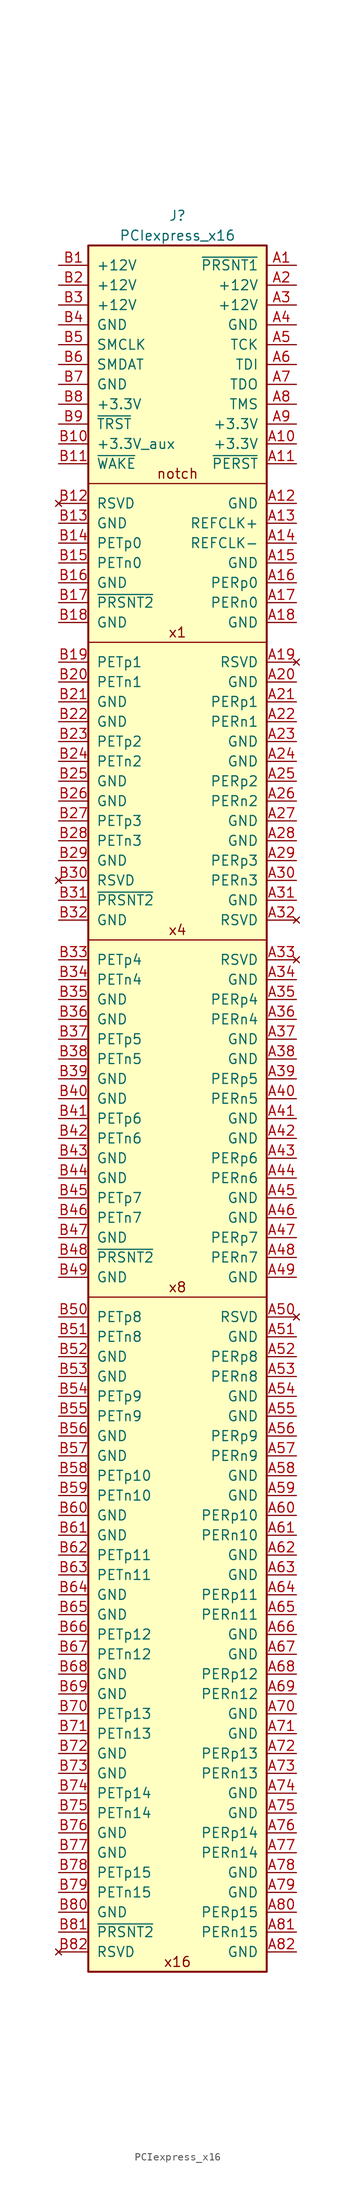
<source format=kicad_sym>
(kicad_symbol_lib
  (version 20211014)
  (generator kicad_symbol_editor)
  (symbol "PCIexpress_x16"
    (pin_names
      (offset 1.016))
    (property "Reference" "J"
      (at 0 3.81 0)
      (effects (font (size 1.27 1.27))))
    (property "Value" "PCIexpress_x16"
      (at 0 1.27 0)
      (effects (font (size 1.27 1.27))))
    (symbol "PCIexpress_x16_0_0"
      (polyline (pts (xy 11.43 -134.62) (xy -11.43 -134.62)) (stroke (width 0) (type default) (color 0 0 0 0)) (fill (type none)))
      (polyline (pts (xy 11.43 -88.9) (xy -11.43 -88.9)) (stroke (width 0) (type default) (color 0 0 0 0)) (fill (type none)))
      (text "x16" (at 0 -219.71 0) (effects (font (size 1.27 1.27))))
      (text "x4" (at 0 -87.63 0) (effects (font (size 1.27 1.27))))
      (text "x8" (at 0 -133.35 0) (effects (font (size 1.27 1.27)))))
    (symbol "PCIexpress_x16_1_1"
      (polyline (pts (xy 11.43 -50.8) (xy -11.43 -50.8)) (stroke (width 0) (type default) (color 0 0 0 0)) (fill (type none)))
      (polyline (pts (xy 11.43 -30.48) (xy -11.43 -30.48)) (stroke (width 0) (type default) (color 0 0 0 0)) (fill (type none)))
      (rectangle (start 11.43 0) (end -11.43 -220.98) (stroke (width 0.254) (type default) (color 0 0 0 0)) (fill (type background)))
      (text "notch" (at 0 -29.21 0) (effects (font (size 1.27 1.27))))
      (text "x1" (at 0 -49.53 0) (effects (font (size 1.27 1.27))))
      (pin passive line (at 15.24 -2.54 180) (length 3.81) (name "~{PRSNT1}" (effects (font (size 1.27 1.27)))) (number "A1" (effects (font (size 1.27 1.27)))))
      (pin power_out line (at 15.24 -25.4 180) (length 3.81) (name "+3.3V" (effects (font (size 1.27 1.27)))) (number "A10" (effects (font (size 1.27 1.27)))))
      (pin output line (at 15.24 -27.94 180) (length 3.81) (name "~{PERST}" (effects (font (size 1.27 1.27)))) (number "A11" (effects (font (size 1.27 1.27)))))
      (pin power_out line (at 15.24 -33.02 180) (length 3.81) (name "GND" (effects (font (size 1.27 1.27)))) (number "A12" (effects (font (size 1.27 1.27)))))
      (pin output line (at 15.24 -35.56 180) (length 3.81) (name "REFCLK+" (effects (font (size 1.27 1.27)))) (number "A13" (effects (font (size 1.27 1.27)))))
      (pin output line (at 15.24 -38.1 180) (length 3.81) (name "REFCLK-" (effects (font (size 1.27 1.27)))) (number "A14" (effects (font (size 1.27 1.27)))))
      (pin power_out line (at 15.24 -40.64 180) (length 3.81) (name "GND" (effects (font (size 1.27 1.27)))) (number "A15" (effects (font (size 1.27 1.27)))))
      (pin input line (at 15.24 -43.18 180) (length 3.81) (name "PERp0" (effects (font (size 1.27 1.27)))) (number "A16" (effects (font (size 1.27 1.27)))))
      (pin input line (at 15.24 -45.72 180) (length 3.81) (name "PERn0" (effects (font (size 1.27 1.27)))) (number "A17" (effects (font (size 1.27 1.27)))))
      (pin power_out line (at 15.24 -48.26 180) (length 3.81) (name "GND" (effects (font (size 1.27 1.27)))) (number "A18" (effects (font (size 1.27 1.27)))))
      (pin no_connect line (at 15.24 -53.34 180) (length 3.81) (name "RSVD" (effects (font (size 1.27 1.27)))) (number "A19" (effects (font (size 1.27 1.27)))))
      (pin power_out line (at 15.24 -5.08 180) (length 3.81) (name "+12V" (effects (font (size 1.27 1.27)))) (number "A2" (effects (font (size 1.27 1.27)))))
      (pin power_out line (at 15.24 -55.88 180) (length 3.81) (name "GND" (effects (font (size 1.27 1.27)))) (number "A20" (effects (font (size 1.27 1.27)))))
      (pin input line (at 15.24 -58.42 180) (length 3.81) (name "PERp1" (effects (font (size 1.27 1.27)))) (number "A21" (effects (font (size 1.27 1.27)))))
      (pin input line (at 15.24 -60.96 180) (length 3.81) (name "PERn1" (effects (font (size 1.27 1.27)))) (number "A22" (effects (font (size 1.27 1.27)))))
      (pin power_out line (at 15.24 -63.5 180) (length 3.81) (name "GND" (effects (font (size 1.27 1.27)))) (number "A23" (effects (font (size 1.27 1.27)))))
      (pin power_out line (at 15.24 -66.04 180) (length 3.81) (name "GND" (effects (font (size 1.27 1.27)))) (number "A24" (effects (font (size 1.27 1.27)))))
      (pin input line (at 15.24 -68.58 180) (length 3.81) (name "PERp2" (effects (font (size 1.27 1.27)))) (number "A25" (effects (font (size 1.27 1.27)))))
      (pin input line (at 15.24 -71.12 180) (length 3.81) (name "PERn2" (effects (font (size 1.27 1.27)))) (number "A26" (effects (font (size 1.27 1.27)))))
      (pin power_out line (at 15.24 -73.66 180) (length 3.81) (name "GND" (effects (font (size 1.27 1.27)))) (number "A27" (effects (font (size 1.27 1.27)))))
      (pin power_out line (at 15.24 -76.2 180) (length 3.81) (name "GND" (effects (font (size 1.27 1.27)))) (number "A28" (effects (font (size 1.27 1.27)))))
      (pin input line (at 15.24 -78.74 180) (length 3.81) (name "PERp3" (effects (font (size 1.27 1.27)))) (number "A29" (effects (font (size 1.27 1.27)))))
      (pin power_out line (at 15.24 -7.62 180) (length 3.81) (name "+12V" (effects (font (size 1.27 1.27)))) (number "A3" (effects (font (size 1.27 1.27)))))
      (pin input line (at 15.24 -81.28 180) (length 3.81) (name "PERn3" (effects (font (size 1.27 1.27)))) (number "A30" (effects (font (size 1.27 1.27)))))
      (pin power_out line (at 15.24 -83.82 180) (length 3.81) (name "GND" (effects (font (size 1.27 1.27)))) (number "A31" (effects (font (size 1.27 1.27)))))
      (pin no_connect line (at 15.24 -86.36 180) (length 3.81) (name "RSVD" (effects (font (size 1.27 1.27)))) (number "A32" (effects (font (size 1.27 1.27)))))
      (pin no_connect line (at 15.24 -91.44 180) (length 3.81) (name "RSVD" (effects (font (size 1.27 1.27)))) (number "A33" (effects (font (size 1.27 1.27)))))
      (pin power_out line (at 15.24 -93.98 180) (length 3.81) (name "GND" (effects (font (size 1.27 1.27)))) (number "A34" (effects (font (size 1.27 1.27)))))
      (pin input line (at 15.24 -96.52 180) (length 3.81) (name "PERp4" (effects (font (size 1.27 1.27)))) (number "A35" (effects (font (size 1.27 1.27)))))
      (pin input line (at 15.24 -99.06 180) (length 3.81) (name "PERn4" (effects (font (size 1.27 1.27)))) (number "A36" (effects (font (size 1.27 1.27)))))
      (pin power_out line (at 15.24 -101.6 180) (length 3.81) (name "GND" (effects (font (size 1.27 1.27)))) (number "A37" (effects (font (size 1.27 1.27)))))
      (pin power_out line (at 15.24 -104.14 180) (length 3.81) (name "GND" (effects (font (size 1.27 1.27)))) (number "A38" (effects (font (size 1.27 1.27)))))
      (pin input line (at 15.24 -106.68 180) (length 3.81) (name "PERp5" (effects (font (size 1.27 1.27)))) (number "A39" (effects (font (size 1.27 1.27)))))
      (pin power_out line (at 15.24 -10.16 180) (length 3.81) (name "GND" (effects (font (size 1.27 1.27)))) (number "A4" (effects (font (size 1.27 1.27)))))
      (pin input line (at 15.24 -109.22 180) (length 3.81) (name "PERn5" (effects (font (size 1.27 1.27)))) (number "A40" (effects (font (size 1.27 1.27)))))
      (pin power_out line (at 15.24 -111.76 180) (length 3.81) (name "GND" (effects (font (size 1.27 1.27)))) (number "A41" (effects (font (size 1.27 1.27)))))
      (pin power_out line (at 15.24 -114.3 180) (length 3.81) (name "GND" (effects (font (size 1.27 1.27)))) (number "A42" (effects (font (size 1.27 1.27)))))
      (pin input line (at 15.24 -116.84 180) (length 3.81) (name "PERp6" (effects (font (size 1.27 1.27)))) (number "A43" (effects (font (size 1.27 1.27)))))
      (pin input line (at 15.24 -119.38 180) (length 3.81) (name "PERn6" (effects (font (size 1.27 1.27)))) (number "A44" (effects (font (size 1.27 1.27)))))
      (pin power_out line (at 15.24 -121.92 180) (length 3.81) (name "GND" (effects (font (size 1.27 1.27)))) (number "A45" (effects (font (size 1.27 1.27)))))
      (pin power_out line (at 15.24 -124.46 180) (length 3.81) (name "GND" (effects (font (size 1.27 1.27)))) (number "A46" (effects (font (size 1.27 1.27)))))
      (pin input line (at 15.24 -127 180) (length 3.81) (name "PERp7" (effects (font (size 1.27 1.27)))) (number "A47" (effects (font (size 1.27 1.27)))))
      (pin input line (at 15.24 -129.54 180) (length 3.81) (name "PERn7" (effects (font (size 1.27 1.27)))) (number "A48" (effects (font (size 1.27 1.27)))))
      (pin power_out line (at 15.24 -132.08 180) (length 3.81) (name "GND" (effects (font (size 1.27 1.27)))) (number "A49" (effects (font (size 1.27 1.27)))))
      (pin output line (at 15.24 -12.7 180) (length 3.81) (name "TCK" (effects (font (size 1.27 1.27)))) (number "A5" (effects (font (size 1.27 1.27)))))
      (pin no_connect line (at 15.24 -137.16 180) (length 3.81) (name "RSVD" (effects (font (size 1.27 1.27)))) (number "A50" (effects (font (size 1.27 1.27)))))
      (pin power_out line (at 15.24 -139.7 180) (length 3.81) (name "GND" (effects (font (size 1.27 1.27)))) (number "A51" (effects (font (size 1.27 1.27)))))
      (pin input line (at 15.24 -142.24 180) (length 3.81) (name "PERp8" (effects (font (size 1.27 1.27)))) (number "A52" (effects (font (size 1.27 1.27)))))
      (pin input line (at 15.24 -144.78 180) (length 3.81) (name "PERn8" (effects (font (size 1.27 1.27)))) (number "A53" (effects (font (size 1.27 1.27)))))
      (pin power_out line (at 15.24 -147.32 180) (length 3.81) (name "GND" (effects (font (size 1.27 1.27)))) (number "A54" (effects (font (size 1.27 1.27)))))
      (pin power_out line (at 15.24 -149.86 180) (length 3.81) (name "GND" (effects (font (size 1.27 1.27)))) (number "A55" (effects (font (size 1.27 1.27)))))
      (pin input line (at 15.24 -152.4 180) (length 3.81) (name "PERp9" (effects (font (size 1.27 1.27)))) (number "A56" (effects (font (size 1.27 1.27)))))
      (pin input line (at 15.24 -154.94 180) (length 3.81) (name "PERn9" (effects (font (size 1.27 1.27)))) (number "A57" (effects (font (size 1.27 1.27)))))
      (pin power_out line (at 15.24 -157.48 180) (length 3.81) (name "GND" (effects (font (size 1.27 1.27)))) (number "A58" (effects (font (size 1.27 1.27)))))
      (pin power_out line (at 15.24 -160.02 180) (length 3.81) (name "GND" (effects (font (size 1.27 1.27)))) (number "A59" (effects (font (size 1.27 1.27)))))
      (pin output line (at 15.24 -15.24 180) (length 3.81) (name "TDI" (effects (font (size 1.27 1.27)))) (number "A6" (effects (font (size 1.27 1.27)))))
      (pin input line (at 15.24 -162.56 180) (length 3.81) (name "PERp10" (effects (font (size 1.27 1.27)))) (number "A60" (effects (font (size 1.27 1.27)))))
      (pin input line (at 15.24 -165.1 180) (length 3.81) (name "PERn10" (effects (font (size 1.27 1.27)))) (number "A61" (effects (font (size 1.27 1.27)))))
      (pin power_out line (at 15.24 -167.64 180) (length 3.81) (name "GND" (effects (font (size 1.27 1.27)))) (number "A62" (effects (font (size 1.27 1.27)))))
      (pin power_out line (at 15.24 -170.18 180) (length 3.81) (name "GND" (effects (font (size 1.27 1.27)))) (number "A63" (effects (font (size 1.27 1.27)))))
      (pin input line (at 15.24 -172.72 180) (length 3.81) (name "PERp11" (effects (font (size 1.27 1.27)))) (number "A64" (effects (font (size 1.27 1.27)))))
      (pin input line (at 15.24 -175.26 180) (length 3.81) (name "PERn11" (effects (font (size 1.27 1.27)))) (number "A65" (effects (font (size 1.27 1.27)))))
      (pin power_out line (at 15.24 -177.8 180) (length 3.81) (name "GND" (effects (font (size 1.27 1.27)))) (number "A66" (effects (font (size 1.27 1.27)))))
      (pin power_out line (at 15.24 -180.34 180) (length 3.81) (name "GND" (effects (font (size 1.27 1.27)))) (number "A67" (effects (font (size 1.27 1.27)))))
      (pin input line (at 15.24 -182.88 180) (length 3.81) (name "PERp12" (effects (font (size 1.27 1.27)))) (number "A68" (effects (font (size 1.27 1.27)))))
      (pin input line (at 15.24 -185.42 180) (length 3.81) (name "PERn12" (effects (font (size 1.27 1.27)))) (number "A69" (effects (font (size 1.27 1.27)))))
      (pin input line (at 15.24 -17.78 180) (length 3.81) (name "TDO" (effects (font (size 1.27 1.27)))) (number "A7" (effects (font (size 1.27 1.27)))))
      (pin power_out line (at 15.24 -187.96 180) (length 3.81) (name "GND" (effects (font (size 1.27 1.27)))) (number "A70" (effects (font (size 1.27 1.27)))))
      (pin power_out line (at 15.24 -190.5 180) (length 3.81) (name "GND" (effects (font (size 1.27 1.27)))) (number "A71" (effects (font (size 1.27 1.27)))))
      (pin input line (at 15.24 -193.04 180) (length 3.81) (name "PERp13" (effects (font (size 1.27 1.27)))) (number "A72" (effects (font (size 1.27 1.27)))))
      (pin input line (at 15.24 -195.58 180) (length 3.81) (name "PERn13" (effects (font (size 1.27 1.27)))) (number "A73" (effects (font (size 1.27 1.27)))))
      (pin power_out line (at 15.24 -198.12 180) (length 3.81) (name "GND" (effects (font (size 1.27 1.27)))) (number "A74" (effects (font (size 1.27 1.27)))))
      (pin power_out line (at 15.24 -200.66 180) (length 3.81) (name "GND" (effects (font (size 1.27 1.27)))) (number "A75" (effects (font (size 1.27 1.27)))))
      (pin input line (at 15.24 -203.2 180) (length 3.81) (name "PERp14" (effects (font (size 1.27 1.27)))) (number "A76" (effects (font (size 1.27 1.27)))))
      (pin input line (at 15.24 -205.74 180) (length 3.81) (name "PERn14" (effects (font (size 1.27 1.27)))) (number "A77" (effects (font (size 1.27 1.27)))))
      (pin power_out line (at 15.24 -208.28 180) (length 3.81) (name "GND" (effects (font (size 1.27 1.27)))) (number "A78" (effects (font (size 1.27 1.27)))))
      (pin power_out line (at 15.24 -210.82 180) (length 3.81) (name "GND" (effects (font (size 1.27 1.27)))) (number "A79" (effects (font (size 1.27 1.27)))))
      (pin output line (at 15.24 -20.32 180) (length 3.81) (name "TMS" (effects (font (size 1.27 1.27)))) (number "A8" (effects (font (size 1.27 1.27)))))
      (pin input line (at 15.24 -213.36 180) (length 3.81) (name "PERp15" (effects (font (size 1.27 1.27)))) (number "A80" (effects (font (size 1.27 1.27)))))
      (pin input line (at 15.24 -215.9 180) (length 3.81) (name "PERn15" (effects (font (size 1.27 1.27)))) (number "A81" (effects (font (size 1.27 1.27)))))
      (pin power_out line (at 15.24 -218.44 180) (length 3.81) (name "GND" (effects (font (size 1.27 1.27)))) (number "A82" (effects (font (size 1.27 1.27)))))
      (pin power_out line (at 15.24 -22.86 180) (length 3.81) (name "+3.3V" (effects (font (size 1.27 1.27)))) (number "A9" (effects (font (size 1.27 1.27)))))
      (pin power_out line (at -15.24 -2.54 0) (length 3.81) (name "+12V" (effects (font (size 1.27 1.27)))) (number "B1" (effects (font (size 1.27 1.27)))))
      (pin power_out line (at -15.24 -25.4 0) (length 3.81) (name "+3.3V_aux" (effects (font (size 1.27 1.27)))) (number "B10" (effects (font (size 1.27 1.27)))))
      (pin open_collector line (at -15.24 -27.94 0) (length 3.81) (name "~{WAKE}" (effects (font (size 1.27 1.27)))) (number "B11" (effects (font (size 1.27 1.27)))))
      (pin no_connect line (at -15.24 -33.02 0) (length 3.81) (name "RSVD" (effects (font (size 1.27 1.27)))) (number "B12" (effects (font (size 1.27 1.27)))))
      (pin power_out line (at -15.24 -35.56 0) (length 3.81) (name "GND" (effects (font (size 1.27 1.27)))) (number "B13" (effects (font (size 1.27 1.27)))))
      (pin output line (at -15.24 -38.1 0) (length 3.81) (name "PETp0" (effects (font (size 1.27 1.27)))) (number "B14" (effects (font (size 1.27 1.27)))))
      (pin output line (at -15.24 -40.64 0) (length 3.81) (name "PETn0" (effects (font (size 1.27 1.27)))) (number "B15" (effects (font (size 1.27 1.27)))))
      (pin power_out line (at -15.24 -43.18 0) (length 3.81) (name "GND" (effects (font (size 1.27 1.27)))) (number "B16" (effects (font (size 1.27 1.27)))))
      (pin passive line (at -15.24 -45.72 0) (length 3.81) (name "~{PRSNT2}" (effects (font (size 1.27 1.27)))) (number "B17" (effects (font (size 1.27 1.27)))))
      (pin power_out line (at -15.24 -48.26 0) (length 3.81) (name "GND" (effects (font (size 1.27 1.27)))) (number "B18" (effects (font (size 1.27 1.27)))))
      (pin output line (at -15.24 -53.34 0) (length 3.81) (name "PETp1" (effects (font (size 1.27 1.27)))) (number "B19" (effects (font (size 1.27 1.27)))))
      (pin power_out line (at -15.24 -5.08 0) (length 3.81) (name "+12V" (effects (font (size 1.27 1.27)))) (number "B2" (effects (font (size 1.27 1.27)))))
      (pin output line (at -15.24 -55.88 0) (length 3.81) (name "PETn1" (effects (font (size 1.27 1.27)))) (number "B20" (effects (font (size 1.27 1.27)))))
      (pin power_out line (at -15.24 -58.42 0) (length 3.81) (name "GND" (effects (font (size 1.27 1.27)))) (number "B21" (effects (font (size 1.27 1.27)))))
      (pin power_out line (at -15.24 -60.96 0) (length 3.81) (name "GND" (effects (font (size 1.27 1.27)))) (number "B22" (effects (font (size 1.27 1.27)))))
      (pin output line (at -15.24 -63.5 0) (length 3.81) (name "PETp2" (effects (font (size 1.27 1.27)))) (number "B23" (effects (font (size 1.27 1.27)))))
      (pin output line (at -15.24 -66.04 0) (length 3.81) (name "PETn2" (effects (font (size 1.27 1.27)))) (number "B24" (effects (font (size 1.27 1.27)))))
      (pin power_out line (at -15.24 -68.58 0) (length 3.81) (name "GND" (effects (font (size 1.27 1.27)))) (number "B25" (effects (font (size 1.27 1.27)))))
      (pin power_out line (at -15.24 -71.12 0) (length 3.81) (name "GND" (effects (font (size 1.27 1.27)))) (number "B26" (effects (font (size 1.27 1.27)))))
      (pin output line (at -15.24 -73.66 0) (length 3.81) (name "PETp3" (effects (font (size 1.27 1.27)))) (number "B27" (effects (font (size 1.27 1.27)))))
      (pin output line (at -15.24 -76.2 0) (length 3.81) (name "PETn3" (effects (font (size 1.27 1.27)))) (number "B28" (effects (font (size 1.27 1.27)))))
      (pin power_out line (at -15.24 -78.74 0) (length 3.81) (name "GND" (effects (font (size 1.27 1.27)))) (number "B29" (effects (font (size 1.27 1.27)))))
      (pin power_out line (at -15.24 -7.62 0) (length 3.81) (name "+12V" (effects (font (size 1.27 1.27)))) (number "B3" (effects (font (size 1.27 1.27)))))
      (pin no_connect line (at -15.24 -81.28 0) (length 3.81) (name "RSVD" (effects (font (size 1.27 1.27)))) (number "B30" (effects (font (size 1.27 1.27)))))
      (pin passive line (at -15.24 -83.82 0) (length 3.81) (name "~{PRSNT2}" (effects (font (size 1.27 1.27)))) (number "B31" (effects (font (size 1.27 1.27)))))
      (pin power_out line (at -15.24 -86.36 0) (length 3.81) (name "GND" (effects (font (size 1.27 1.27)))) (number "B32" (effects (font (size 1.27 1.27)))))
      (pin output line (at -15.24 -91.44 0) (length 3.81) (name "PETp4" (effects (font (size 1.27 1.27)))) (number "B33" (effects (font (size 1.27 1.27)))))
      (pin output line (at -15.24 -93.98 0) (length 3.81) (name "PETn4" (effects (font (size 1.27 1.27)))) (number "B34" (effects (font (size 1.27 1.27)))))
      (pin power_out line (at -15.24 -96.52 0) (length 3.81) (name "GND" (effects (font (size 1.27 1.27)))) (number "B35" (effects (font (size 1.27 1.27)))))
      (pin power_out line (at -15.24 -99.06 0) (length 3.81) (name "GND" (effects (font (size 1.27 1.27)))) (number "B36" (effects (font (size 1.27 1.27)))))
      (pin output line (at -15.24 -101.6 0) (length 3.81) (name "PETp5" (effects (font (size 1.27 1.27)))) (number "B37" (effects (font (size 1.27 1.27)))))
      (pin output line (at -15.24 -104.14 0) (length 3.81) (name "PETn5" (effects (font (size 1.27 1.27)))) (number "B38" (effects (font (size 1.27 1.27)))))
      (pin power_out line (at -15.24 -106.68 0) (length 3.81) (name "GND" (effects (font (size 1.27 1.27)))) (number "B39" (effects (font (size 1.27 1.27)))))
      (pin power_out line (at -15.24 -10.16 0) (length 3.81) (name "GND" (effects (font (size 1.27 1.27)))) (number "B4" (effects (font (size 1.27 1.27)))))
      (pin power_out line (at -15.24 -109.22 0) (length 3.81) (name "GND" (effects (font (size 1.27 1.27)))) (number "B40" (effects (font (size 1.27 1.27)))))
      (pin output line (at -15.24 -111.76 0) (length 3.81) (name "PETp6" (effects (font (size 1.27 1.27)))) (number "B41" (effects (font (size 1.27 1.27)))))
      (pin output line (at -15.24 -114.3 0) (length 3.81) (name "PETn6" (effects (font (size 1.27 1.27)))) (number "B42" (effects (font (size 1.27 1.27)))))
      (pin power_out line (at -15.24 -116.84 0) (length 3.81) (name "GND" (effects (font (size 1.27 1.27)))) (number "B43" (effects (font (size 1.27 1.27)))))
      (pin power_out line (at -15.24 -119.38 0) (length 3.81) (name "GND" (effects (font (size 1.27 1.27)))) (number "B44" (effects (font (size 1.27 1.27)))))
      (pin output line (at -15.24 -121.92 0) (length 3.81) (name "PETp7" (effects (font (size 1.27 1.27)))) (number "B45" (effects (font (size 1.27 1.27)))))
      (pin output line (at -15.24 -124.46 0) (length 3.81) (name "PETn7" (effects (font (size 1.27 1.27)))) (number "B46" (effects (font (size 1.27 1.27)))))
      (pin power_out line (at -15.24 -127 0) (length 3.81) (name "GND" (effects (font (size 1.27 1.27)))) (number "B47" (effects (font (size 1.27 1.27)))))
      (pin passive line (at -15.24 -129.54 0) (length 3.81) (name "~{PRSNT2}" (effects (font (size 1.27 1.27)))) (number "B48" (effects (font (size 1.27 1.27)))))
      (pin power_out line (at -15.24 -132.08 0) (length 3.81) (name "GND" (effects (font (size 1.27 1.27)))) (number "B49" (effects (font (size 1.27 1.27)))))
      (pin open_collector line (at -15.24 -12.7 0) (length 3.81) (name "SMCLK" (effects (font (size 1.27 1.27)))) (number "B5" (effects (font (size 1.27 1.27)))))
      (pin output line (at -15.24 -137.16 0) (length 3.81) (name "PETp8" (effects (font (size 1.27 1.27)))) (number "B50" (effects (font (size 1.27 1.27)))))
      (pin output line (at -15.24 -139.7 0) (length 3.81) (name "PETn8" (effects (font (size 1.27 1.27)))) (number "B51" (effects (font (size 1.27 1.27)))))
      (pin power_out line (at -15.24 -142.24 0) (length 3.81) (name "GND" (effects (font (size 1.27 1.27)))) (number "B52" (effects (font (size 1.27 1.27)))))
      (pin power_out line (at -15.24 -144.78 0) (length 3.81) (name "GND" (effects (font (size 1.27 1.27)))) (number "B53" (effects (font (size 1.27 1.27)))))
      (pin output line (at -15.24 -147.32 0) (length 3.81) (name "PETp9" (effects (font (size 1.27 1.27)))) (number "B54" (effects (font (size 1.27 1.27)))))
      (pin output line (at -15.24 -149.86 0) (length 3.81) (name "PETn9" (effects (font (size 1.27 1.27)))) (number "B55" (effects (font (size 1.27 1.27)))))
      (pin power_out line (at -15.24 -152.4 0) (length 3.81) (name "GND" (effects (font (size 1.27 1.27)))) (number "B56" (effects (font (size 1.27 1.27)))))
      (pin power_out line (at -15.24 -154.94 0) (length 3.81) (name "GND" (effects (font (size 1.27 1.27)))) (number "B57" (effects (font (size 1.27 1.27)))))
      (pin output line (at -15.24 -157.48 0) (length 3.81) (name "PETp10" (effects (font (size 1.27 1.27)))) (number "B58" (effects (font (size 1.27 1.27)))))
      (pin output line (at -15.24 -160.02 0) (length 3.81) (name "PETn10" (effects (font (size 1.27 1.27)))) (number "B59" (effects (font (size 1.27 1.27)))))
      (pin open_collector line (at -15.24 -15.24 0) (length 3.81) (name "SMDAT" (effects (font (size 1.27 1.27)))) (number "B6" (effects (font (size 1.27 1.27)))))
      (pin power_out line (at -15.24 -162.56 0) (length 3.81) (name "GND" (effects (font (size 1.27 1.27)))) (number "B60" (effects (font (size 1.27 1.27)))))
      (pin power_out line (at -15.24 -165.1 0) (length 3.81) (name "GND" (effects (font (size 1.27 1.27)))) (number "B61" (effects (font (size 1.27 1.27)))))
      (pin output line (at -15.24 -167.64 0) (length 3.81) (name "PETp11" (effects (font (size 1.27 1.27)))) (number "B62" (effects (font (size 1.27 1.27)))))
      (pin output line (at -15.24 -170.18 0) (length 3.81) (name "PETn11" (effects (font (size 1.27 1.27)))) (number "B63" (effects (font (size 1.27 1.27)))))
      (pin power_out line (at -15.24 -172.72 0) (length 3.81) (name "GND" (effects (font (size 1.27 1.27)))) (number "B64" (effects (font (size 1.27 1.27)))))
      (pin power_out line (at -15.24 -175.26 0) (length 3.81) (name "GND" (effects (font (size 1.27 1.27)))) (number "B65" (effects (font (size 1.27 1.27)))))
      (pin output line (at -15.24 -177.8 0) (length 3.81) (name "PETp12" (effects (font (size 1.27 1.27)))) (number "B66" (effects (font (size 1.27 1.27)))))
      (pin output line (at -15.24 -180.34 0) (length 3.81) (name "PETn12" (effects (font (size 1.27 1.27)))) (number "B67" (effects (font (size 1.27 1.27)))))
      (pin power_out line (at -15.24 -182.88 0) (length 3.81) (name "GND" (effects (font (size 1.27 1.27)))) (number "B68" (effects (font (size 1.27 1.27)))))
      (pin power_out line (at -15.24 -185.42 0) (length 3.81) (name "GND" (effects (font (size 1.27 1.27)))) (number "B69" (effects (font (size 1.27 1.27)))))
      (pin power_out line (at -15.24 -17.78 0) (length 3.81) (name "GND" (effects (font (size 1.27 1.27)))) (number "B7" (effects (font (size 1.27 1.27)))))
      (pin output line (at -15.24 -187.96 0) (length 3.81) (name "PETp13" (effects (font (size 1.27 1.27)))) (number "B70" (effects (font (size 1.27 1.27)))))
      (pin output line (at -15.24 -190.5 0) (length 3.81) (name "PETn13" (effects (font (size 1.27 1.27)))) (number "B71" (effects (font (size 1.27 1.27)))))
      (pin power_out line (at -15.24 -193.04 0) (length 3.81) (name "GND" (effects (font (size 1.27 1.27)))) (number "B72" (effects (font (size 1.27 1.27)))))
      (pin power_out line (at -15.24 -195.58 0) (length 3.81) (name "GND" (effects (font (size 1.27 1.27)))) (number "B73" (effects (font (size 1.27 1.27)))))
      (pin output line (at -15.24 -198.12 0) (length 3.81) (name "PETp14" (effects (font (size 1.27 1.27)))) (number "B74" (effects (font (size 1.27 1.27)))))
      (pin output line (at -15.24 -200.66 0) (length 3.81) (name "PETn14" (effects (font (size 1.27 1.27)))) (number "B75" (effects (font (size 1.27 1.27)))))
      (pin power_out line (at -15.24 -203.2 0) (length 3.81) (name "GND" (effects (font (size 1.27 1.27)))) (number "B76" (effects (font (size 1.27 1.27)))))
      (pin power_out line (at -15.24 -205.74 0) (length 3.81) (name "GND" (effects (font (size 1.27 1.27)))) (number "B77" (effects (font (size 1.27 1.27)))))
      (pin output line (at -15.24 -208.28 0) (length 3.81) (name "PETp15" (effects (font (size 1.27 1.27)))) (number "B78" (effects (font (size 1.27 1.27)))))
      (pin output line (at -15.24 -210.82 0) (length 3.81) (name "PETn15" (effects (font (size 1.27 1.27)))) (number "B79" (effects (font (size 1.27 1.27)))))
      (pin power_out line (at -15.24 -20.32 0) (length 3.81) (name "+3.3V" (effects (font (size 1.27 1.27)))) (number "B8" (effects (font (size 1.27 1.27)))))
      (pin power_out line (at -15.24 -213.36 0) (length 3.81) (name "GND" (effects (font (size 1.27 1.27)))) (number "B80" (effects (font (size 1.27 1.27)))))
      (pin passive line (at -15.24 -215.9 0) (length 3.81) (name "~{PRSNT2}" (effects (font (size 1.27 1.27)))) (number "B81" (effects (font (size 1.27 1.27)))))
      (pin no_connect line (at -15.24 -218.44 0) (length 3.81) (name "RSVD" (effects (font (size 1.27 1.27)))) (number "B82" (effects (font (size 1.27 1.27)))))
      (pin output line (at -15.24 -22.86 0) (length 3.81) (name "~{TRST}" (effects (font (size 1.27 1.27)))) (number "B9" (effects (font (size 1.27 1.27))))))))
</source>
